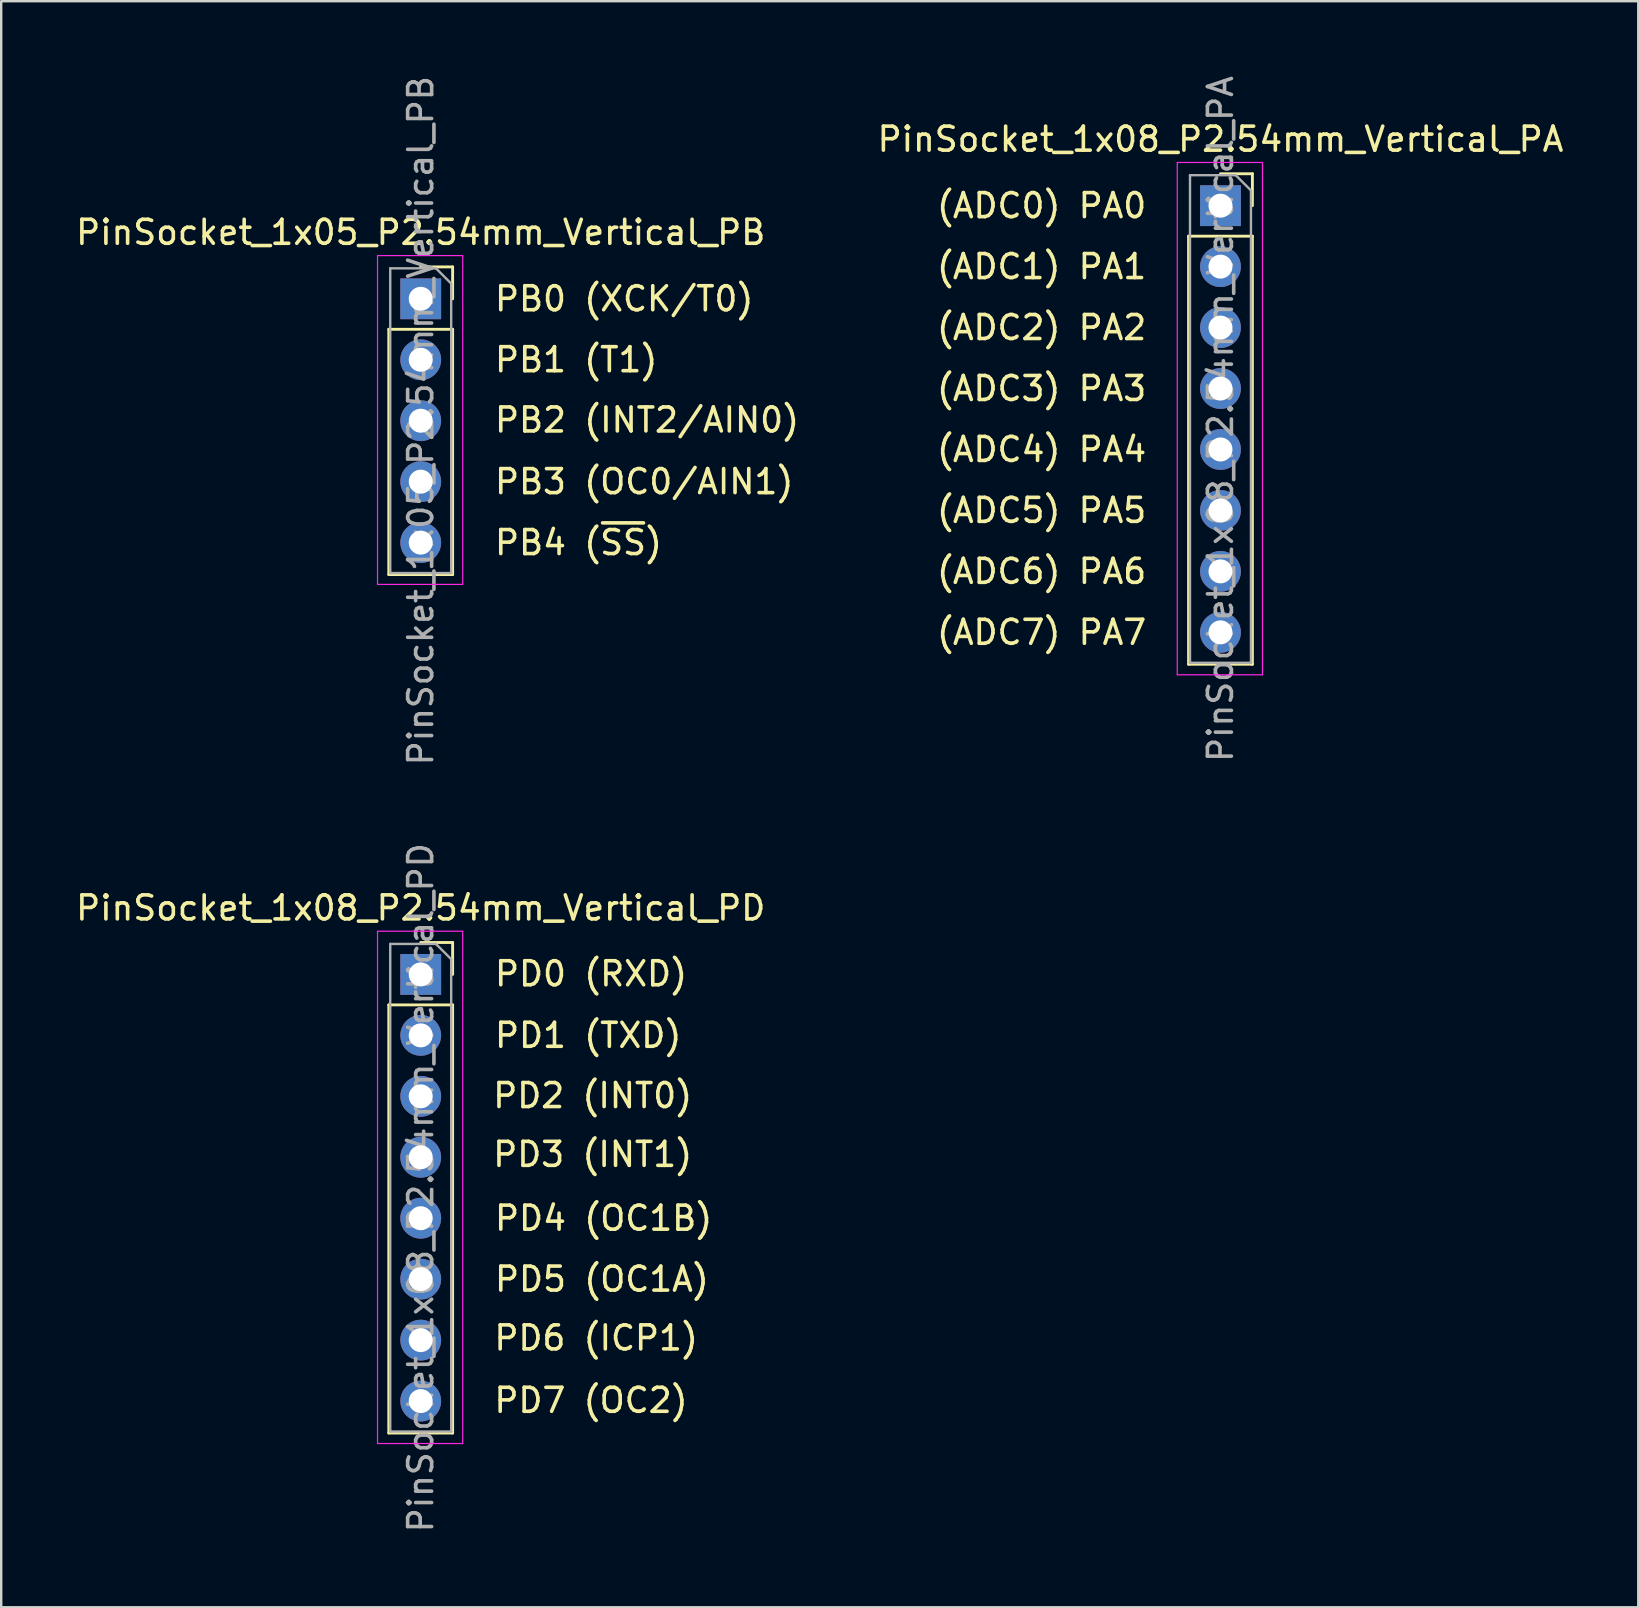
<source format=kicad_pcb>
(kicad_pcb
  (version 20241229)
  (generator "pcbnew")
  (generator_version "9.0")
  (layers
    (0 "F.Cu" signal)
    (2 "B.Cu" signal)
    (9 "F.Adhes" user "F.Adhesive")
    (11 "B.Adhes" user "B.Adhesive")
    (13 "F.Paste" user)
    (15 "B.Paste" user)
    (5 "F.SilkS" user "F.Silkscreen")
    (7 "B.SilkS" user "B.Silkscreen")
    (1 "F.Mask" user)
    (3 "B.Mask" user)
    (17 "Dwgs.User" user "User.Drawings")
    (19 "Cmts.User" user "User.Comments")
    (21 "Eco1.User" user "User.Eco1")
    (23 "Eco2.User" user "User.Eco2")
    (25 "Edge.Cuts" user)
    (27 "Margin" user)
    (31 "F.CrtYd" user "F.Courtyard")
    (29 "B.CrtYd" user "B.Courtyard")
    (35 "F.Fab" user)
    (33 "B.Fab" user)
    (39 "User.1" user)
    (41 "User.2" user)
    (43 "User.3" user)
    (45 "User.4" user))
  (footprint "PinSocket_1x08_P2.54mm_Vertical_PA"
    (layer "F.Cu")
    (at 47.81 5.521)
    (property "Reference" "PinSocket_1x08_P2.54mm_Vertical_PA" (at 0 -2.77 0) (layer "F.SilkS") (effects (font (size 1 1) (thickness 0.15))))
    (attr through_hole)
    (fp_line (start -1.33 1.27) (end -1.33 19.11) (stroke (width 0.12) (type solid)) (layer "F.SilkS"))
    (fp_line (start -1.33 1.27) (end 1.33 1.27) (stroke (width 0.12) (type solid)) (layer "F.SilkS"))
    (fp_line (start -1.33 19.11) (end 1.33 19.11) (stroke (width 0.12) (type solid)) (layer "F.SilkS"))
    (fp_line (start 0 -1.33) (end 1.33 -1.33) (stroke (width 0.12) (type solid)) (layer "F.SilkS"))
    (fp_line (start 1.33 -1.33) (end 1.33 0) (stroke (width 0.12) (type solid)) (layer "F.SilkS"))
    (fp_line (start 1.33 1.27) (end 1.33 19.11) (stroke (width 0.12) (type solid)) (layer "F.SilkS"))
    (fp_line (start -1.8 -1.8) (end 1.75 -1.8) (stroke (width 0.05) (type solid)) (layer "F.CrtYd"))
    (fp_line (start -1.8 19.55) (end -1.8 -1.8) (stroke (width 0.05) (type solid)) (layer "F.CrtYd"))
    (fp_line (start 1.75 -1.8) (end 1.75 19.55) (stroke (width 0.05) (type solid)) (layer "F.CrtYd"))
    (fp_line (start 1.75 19.55) (end -1.8 19.55) (stroke (width 0.05) (type solid)) (layer "F.CrtYd"))
    (fp_line (start -1.27 -1.27) (end 0.635 -1.27) (stroke (width 0.1) (type solid)) (layer "F.Fab"))
    (fp_line (start -1.27 19.05) (end -1.27 -1.27) (stroke (width 0.1) (type solid)) (layer "F.Fab"))
    (fp_line (start 0.635 -1.27) (end 1.27 -0.635) (stroke (width 0.1) (type solid)) (layer "F.Fab"))
    (fp_line (start 1.27 -0.635) (end 1.27 19.05) (stroke (width 0.1) (type solid)) (layer "F.Fab"))
    (fp_line (start 1.27 19.05) (end -1.27 19.05) (stroke (width 0.1) (type solid)) (layer "F.Fab"))
    (fp_text user "(ADC4) PA4" (at -3 10.16 0) (layer "F.SilkS") (effects (font (size 1 1) (thickness 0.15)) (justify right)))
    (fp_text user "(ADC6) PA6" (at -3 15.24 0) (layer "F.SilkS") (effects (font (size 1 1) (thickness 0.15)) (justify right)))
    (fp_text user "(ADC5) PA5" (at -3 12.7 0) (layer "F.SilkS") (effects (font (size 1 1) (thickness 0.15)) (justify right)))
    (fp_text user "(ADC2) PA2" (at -3 5.08 0) (layer "F.SilkS") (effects (font (size 1 1) (thickness 0.15)) (justify right)))
    (fp_text user "(ADC3) PA3" (at -3 7.62 0) (layer "F.SilkS") (effects (font (size 1 1) (thickness 0.15)) (justify right)))
    (fp_text user "(ADC7) PA7" (at -3 17.78 0) (layer "F.SilkS") (effects (font (size 1 1) (thickness 0.15)) (justify right)))
    (fp_text user "(ADC1) PA1" (at -3 2.54 0) (layer "F.SilkS") (effects (font (size 1 1) (thickness 0.15)) (justify right)))
    (fp_text user "(ADC0) PA0" (at -3 0 0) (layer "F.SilkS") (effects (font (size 1 1) (thickness 0.15)) (justify right)))
    (fp_text user "${REFERENCE}" (at 0 8.89 90) (layer "F.Fab") (effects (font (size 1 1) (thickness 0.15))))
    (pad "1" thru_hole rect (at 0 0) (size 1.7 1.7) (drill 1) (layers "*.Cu" "*.Mask"))
    (pad "2" thru_hole oval (at 0 2.54) (size 1.7 1.7) (drill 1) (layers "*.Cu" "*.Mask"))
    (pad "3" thru_hole oval (at 0 5.08) (size 1.7 1.7) (drill 1) (layers "*.Cu" "*.Mask"))
    (pad "4" thru_hole oval (at 0 7.62) (size 1.7 1.7) (drill 1) (layers "*.Cu" "*.Mask"))
    (pad "5" thru_hole oval (at 0 10.16) (size 1.7 1.7) (drill 1) (layers "*.Cu" "*.Mask"))
    (pad "6" thru_hole oval (at 0 12.7) (size 1.7 1.7) (drill 1) (layers "*.Cu" "*.Mask"))
    (pad "7" thru_hole oval (at 0 15.24) (size 1.7 1.7) (drill 1) (layers "*.Cu" "*.Mask"))
    (pad "8" thru_hole oval (at 0 17.78) (size 1.7 1.7) (drill 1) (layers "*.Cu" "*.Mask")))
  (footprint "PinSocket_1x05_P2.54mm_Vertical_PB"
    (layer "F.Cu")
    (at 14.482 9.402)
    (property "Reference" "PinSocket_1x05_P2.54mm_Vertical_PB" (at 0 -2.77 0) (layer "F.SilkS") (effects (font (size 1 1) (thickness 0.15))))
    (attr through_hole)
    (fp_line (start -1.33 1.27) (end -1.33 11.49) (stroke (width 0.12) (type solid)) (layer "F.SilkS"))
    (fp_line (start -1.33 1.27) (end 1.33 1.27) (stroke (width 0.12) (type solid)) (layer "F.SilkS"))
    (fp_line (start -1.33 11.49) (end 1.33 11.49) (stroke (width 0.12) (type solid)) (layer "F.SilkS"))
    (fp_line (start 0 -1.33) (end 1.33 -1.33) (stroke (width 0.12) (type solid)) (layer "F.SilkS"))
    (fp_line (start 1.33 -1.33) (end 1.33 0) (stroke (width 0.12) (type solid)) (layer "F.SilkS"))
    (fp_line (start 1.33 1.27) (end 1.33 11.49) (stroke (width 0.12) (type solid)) (layer "F.SilkS"))
    (fp_line (start -1.8 -1.8) (end 1.75 -1.8) (stroke (width 0.05) (type solid)) (layer "F.CrtYd"))
    (fp_line (start -1.8 11.9) (end -1.8 -1.8) (stroke (width 0.05) (type solid)) (layer "F.CrtYd"))
    (fp_line (start 1.75 -1.8) (end 1.75 11.9) (stroke (width 0.05) (type solid)) (layer "F.CrtYd"))
    (fp_line (start 1.75 11.9) (end -1.8 11.9) (stroke (width 0.05) (type solid)) (layer "F.CrtYd"))
    (fp_line (start -1.27 -1.27) (end 0.635 -1.27) (stroke (width 0.1) (type solid)) (layer "F.Fab"))
    (fp_line (start -1.27 11.43) (end -1.27 -1.27) (stroke (width 0.1) (type solid)) (layer "F.Fab"))
    (fp_line (start 0.635 -1.27) (end 1.27 -0.635) (stroke (width 0.1) (type solid)) (layer "F.Fab"))
    (fp_line (start 1.27 -0.635) (end 1.27 11.43) (stroke (width 0.1) (type solid)) (layer "F.Fab"))
    (fp_line (start 1.27 11.43) (end -1.27 11.43) (stroke (width 0.1) (type solid)) (layer "F.Fab"))
    (fp_text user "PB0 (XCK/T0)" (at 3 0 0) (layer "F.SilkS") (effects (font (size 1 1) (thickness 0.15)) (justify left)))
    (fp_text user "PB3 (OC0/AIN1)" (at 3 7.62 0) (layer "F.SilkS") (effects (font (size 1 1) (thickness 0.15)) (justify left)))
    (fp_text user "PB4 (~{SS})" (at 3 10.16 0) (layer "F.SilkS") (effects (font (size 1 1) (thickness 0.15)) (justify left)))
    (fp_text user "PB2 (INT2/AIN0)" (at 3 5.05 0) (layer "F.SilkS") (effects (font (size 1 1) (thickness 0.15)) (justify left)))
    (fp_text user "PB1 (T1)" (at 3 2.54 0) (layer "F.SilkS") (effects (font (size 1 1) (thickness 0.15)) (justify left)))
    (fp_text user "${REFERENCE}" (at 0 5.08 90) (layer "F.Fab") (effects (font (size 1 1) (thickness 0.15))))
    (pad "1" thru_hole rect (at 0 0) (size 1.7 1.7) (drill 1) (layers "*.Cu" "*.Mask"))
    (pad "2" thru_hole oval (at 0 2.54) (size 1.7 1.7) (drill 1) (layers "*.Cu" "*.Mask"))
    (pad "3" thru_hole oval (at 0 5.08) (size 1.7 1.7) (drill 1) (layers "*.Cu" "*.Mask"))
    (pad "4" thru_hole oval (at 0 7.62) (size 1.7 1.7) (drill 1) (layers "*.Cu" "*.Mask"))
    (pad "5" thru_hole oval (at 0 10.16) (size 1.7 1.7) (drill 1) (layers "*.Cu" "*.Mask")))
  (footprint "PinSocket_1x08_P2.54mm_Vertical_PD"
    (layer "F.Cu")
    (at 14.482 37.556)
    (property "Reference" "PinSocket_1x08_P2.54mm_Vertical_PD" (at 0 -2.77 0) (layer "F.SilkS") (effects (font (size 1 1) (thickness 0.15))))
    (attr through_hole)
    (fp_line (start -1.33 1.27) (end -1.33 19.11) (stroke (width 0.12) (type solid)) (layer "F.SilkS"))
    (fp_line (start -1.33 1.27) (end 1.33 1.27) (stroke (width 0.12) (type solid)) (layer "F.SilkS"))
    (fp_line (start -1.33 19.11) (end 1.33 19.11) (stroke (width 0.12) (type solid)) (layer "F.SilkS"))
    (fp_line (start 0 -1.33) (end 1.33 -1.33) (stroke (width 0.12) (type solid)) (layer "F.SilkS"))
    (fp_line (start 1.33 -1.33) (end 1.33 0) (stroke (width 0.12) (type solid)) (layer "F.SilkS"))
    (fp_line (start 1.33 1.27) (end 1.33 19.11) (stroke (width 0.12) (type solid)) (layer "F.SilkS"))
    (fp_line (start -1.8 -1.8) (end 1.75 -1.8) (stroke (width 0.05) (type solid)) (layer "F.CrtYd"))
    (fp_line (start -1.8 19.55) (end -1.8 -1.8) (stroke (width 0.05) (type solid)) (layer "F.CrtYd"))
    (fp_line (start 1.75 -1.8) (end 1.75 19.55) (stroke (width 0.05) (type solid)) (layer "F.CrtYd"))
    (fp_line (start 1.75 19.55) (end -1.8 19.55) (stroke (width 0.05) (type solid)) (layer "F.CrtYd"))
    (fp_line (start -1.27 -1.27) (end 0.635 -1.27) (stroke (width 0.1) (type solid)) (layer "F.Fab"))
    (fp_line (start -1.27 19.05) (end -1.27 -1.27) (stroke (width 0.1) (type solid)) (layer "F.Fab"))
    (fp_line (start 0.635 -1.27) (end 1.27 -0.635) (stroke (width 0.1) (type solid)) (layer "F.Fab"))
    (fp_line (start 1.27 -0.635) (end 1.27 19.05) (stroke (width 0.1) (type solid)) (layer "F.Fab"))
    (fp_line (start 1.27 19.05) (end -1.27 19.05) (stroke (width 0.1) (type solid)) (layer "F.Fab"))
    (fp_text user "PD2 (INT0)" (at 2.925 5.05 0) (layer "F.SilkS") (effects (font (size 1 1) (thickness 0.15)) (justify left)))
    (fp_text user "PD7 (OC2)" (at 2.975 17.75 0) (layer "F.SilkS") (effects (font (size 1 1) (thickness 0.15)) (justify left)))
    (fp_text user "PD0 (RXD)" (at 3 -0.025 0) (layer "F.SilkS") (effects (font (size 1 1) (thickness 0.15)) (justify left)))
    (fp_text user "PD6 (ICP1)" (at 2.975 15.15 0) (layer "F.SilkS") (effects (font (size 1 1) (thickness 0.15)) (justify left)))
    (fp_text user "PD1 (TXD)" (at 3 2.54 0) (layer "F.SilkS") (effects (font (size 1 1) (thickness 0.15)) (justify left)))
    (fp_text user "PD5 (OC1A)" (at 3 12.7 0) (layer "F.SilkS") (effects (font (size 1 1) (thickness 0.15)) (justify left)))
    (fp_text user "PD3 (INT1)" (at 2.925 7.5 0) (layer "F.SilkS") (effects (font (size 1 1) (thickness 0.15)) (justify left)))
    (fp_text user "PD4 (OC1B)" (at 3 10.16 0) (layer "F.SilkS") (effects (font (size 1 1) (thickness 0.15)) (justify left)))
    (fp_text user "${REFERENCE}" (at 0 8.89 90) (layer "F.Fab") (effects (font (size 1 1) (thickness 0.15))))
    (pad "1" thru_hole rect (at 0 0) (size 1.7 1.7) (drill 1) (layers "*.Cu" "*.Mask"))
    (pad "2" thru_hole oval (at 0 2.54) (size 1.7 1.7) (drill 1) (layers "*.Cu" "*.Mask"))
    (pad "3" thru_hole oval (at 0 5.08) (size 1.7 1.7) (drill 1) (layers "*.Cu" "*.Mask"))
    (pad "4" thru_hole oval (at 0 7.62) (size 1.7 1.7) (drill 1) (layers "*.Cu" "*.Mask"))
    (pad "5" thru_hole oval (at 0 10.16) (size 1.7 1.7) (drill 1) (layers "*.Cu" "*.Mask"))
    (pad "6" thru_hole oval (at 0 12.7) (size 1.7 1.7) (drill 1) (layers "*.Cu" "*.Mask"))
    (pad "7" thru_hole oval (at 0 15.24) (size 1.7 1.7) (drill 1) (layers "*.Cu" "*.Mask"))
    (pad "8" thru_hole oval (at 0 17.78) (size 1.7 1.7) (drill 1) (layers "*.Cu" "*.Mask")))
  (gr_rect
    (start -3 -3)
    (end 65.22 63.929)
    (stroke (width 0.1) (type default))
    (fill no)
    (layer "Edge.Cuts")))
</source>
